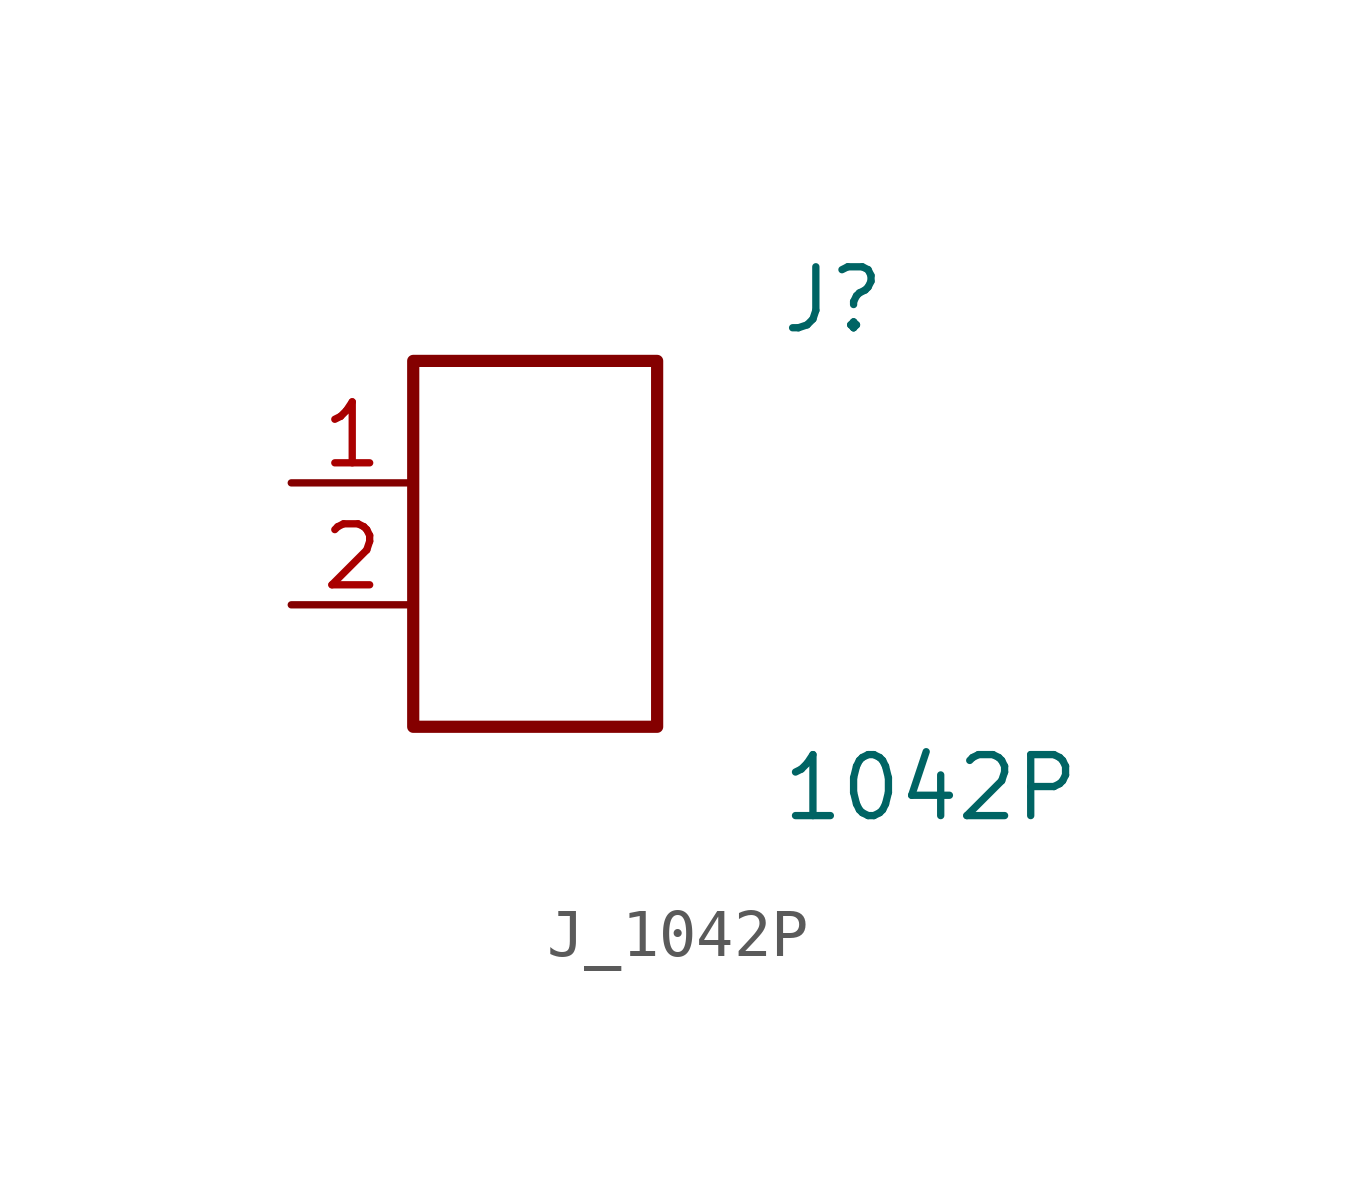
<source format=kicad_sym>
(kicad_symbol_lib
  (version 20231120)
  (generator kicad_symbol_editor)
  (generator_version 8.0)
  (symbol "J_1042P"
    (pin_names
      (offset 0.254))
    (property "Reference" "J"
      (at 5.08 5.08 0)
      (effects (font (size 1.27 1.27)) (justify left)))
    (property "Value" "1042P"
      (at 5.08 -5.08 0)
      (effects (font (size 1.27 1.27)) (justify left)))
    (symbol "J_1042P_0_0"
      (pin passive line (at -5.08 1.27 0) (length 2.54) (name "" (effects (font (size 1.27 1.27)))) (number "1" (effects (font (size 1.27 1.27)))))
      (pin passive line (at -5.08 -1.27 0) (length 2.54) (name "" (effects (font (size 1.27 1.27)))) (number "2" (effects (font (size 1.27 1.27))))))
    (symbol "J_1042P_1_0"
      (rectangle (start -2.54 3.81) (end 2.54 -3.81) (stroke (width 0.254) (type solid)) (fill (type none))))))
</source>
